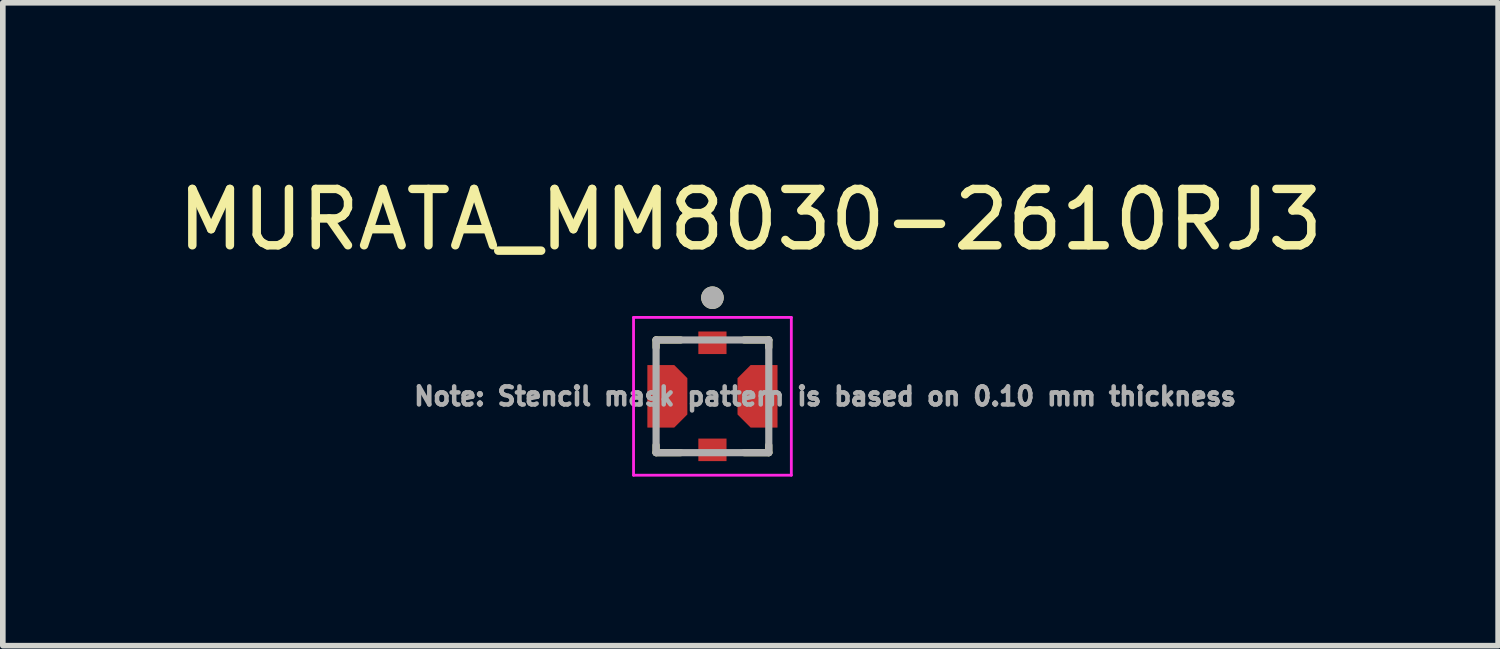
<source format=kicad_pcb>
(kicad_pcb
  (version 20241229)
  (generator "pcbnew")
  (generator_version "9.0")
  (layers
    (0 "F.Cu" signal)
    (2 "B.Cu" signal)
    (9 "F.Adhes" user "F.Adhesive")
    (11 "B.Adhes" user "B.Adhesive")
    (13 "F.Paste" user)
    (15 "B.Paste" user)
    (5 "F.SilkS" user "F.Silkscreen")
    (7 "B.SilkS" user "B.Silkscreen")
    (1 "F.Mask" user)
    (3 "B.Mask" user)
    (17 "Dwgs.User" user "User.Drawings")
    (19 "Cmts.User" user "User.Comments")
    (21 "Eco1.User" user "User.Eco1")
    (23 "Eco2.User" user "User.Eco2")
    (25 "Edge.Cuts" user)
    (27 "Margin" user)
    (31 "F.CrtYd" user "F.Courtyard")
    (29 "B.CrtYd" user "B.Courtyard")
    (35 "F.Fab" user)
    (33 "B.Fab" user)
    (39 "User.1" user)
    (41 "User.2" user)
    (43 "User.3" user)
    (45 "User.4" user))
  (footprint "MURATA_MM8030-2610RJ3"
    (layer "F.Cu")
    (at 9.593 3.983)
    (property "Reference" "MURATA_MM8030-2610RJ3" (at 0.675 -3.135 0) (layer "F.SilkS") (effects (font (size 1 1) (thickness 0.15))))
    (attr smd)
    (fp_poly (pts (xy -0.25 -1.15) (xy 0.25 -1.15) (xy 0.25 -0.75) (xy -0.25 -0.75)) (stroke (width 0.01) (type solid)) (fill yes) (layer "F.Mask"))
    (fp_poly (pts (xy -0.25 0.75) (xy 0.25 0.75) (xy 0.25 1.15) (xy -0.25 1.15)) (stroke (width 0.01) (type solid)) (fill yes) (layer "F.Mask"))
    (fp_poly (pts (xy -1.15 -0.55) (xy -1.15 0.55) (xy -0.68 0.55) (xy -0.45 0.32) (xy -0.45 -0.32) (xy -0.68 -0.55)) (stroke (width 0.01) (type solid)) (fill yes) (layer "F.Mask"))
    (fp_poly (pts (xy 1.15 0.55) (xy 1.15 -0.55) (xy 0.68 -0.55) (xy 0.45 -0.32) (xy 0.45 0.32) (xy 0.68 0.55)) (stroke (width 0.01) (type solid)) (fill yes) (layer "F.Mask"))
    (fp_line (start -1 -1) (end -1 -0.869) (stroke (width 0.127) (type solid)) (layer "F.SilkS"))
    (fp_line (start -1 -1) (end -0.564 -1) (stroke (width 0.127) (type solid)) (layer "F.SilkS"))
    (fp_line (start -1 0.869) (end -1 1) (stroke (width 0.127) (type solid)) (layer "F.SilkS"))
    (fp_line (start -1 1) (end -0.564 1) (stroke (width 0.127) (type solid)) (layer "F.SilkS"))
    (fp_line (start 1 -1) (end 0.564 -1) (stroke (width 0.127) (type solid)) (layer "F.SilkS"))
    (fp_line (start 1 -0.869) (end 1 -1) (stroke (width 0.127) (type solid)) (layer "F.SilkS"))
    (fp_line (start 1 1) (end 0.564 1) (stroke (width 0.127) (type solid)) (layer "F.SilkS"))
    (fp_line (start 1 1) (end 1 0.869) (stroke (width 0.127) (type solid)) (layer "F.SilkS"))
    (fp_circle (center 0 -1.75) (end 0.1 -1.75) (stroke (width 0.2) (type solid)) (fill no) (layer "F.SilkS"))
    (fp_poly (pts (xy -0.165 -1.15) (xy 0.165 -1.15) (xy 0.165 -0.82) (xy -0.165 -0.82)) (stroke (width 0.01) (type solid)) (fill yes) (layer "F.Paste"))
    (fp_poly (pts (xy -0.165 0.82) (xy 0.165 0.82) (xy 0.165 1.15) (xy -0.165 1.15)) (stroke (width 0.01) (type solid)) (fill yes) (layer "F.Paste"))
    (fp_poly (pts (xy -1.1 -0.5) (xy -1.1 0.5) (xy -0.68 0.5) (xy -0.59 0.41) (xy -0.59 -0.41) (xy -0.68 -0.5)) (stroke (width 0.01) (type solid)) (fill yes) (layer "F.Paste"))
    (fp_poly (pts (xy 1.1 0.5) (xy 1.1 -0.5) (xy 0.68 -0.5) (xy 0.59 -0.41) (xy 0.59 0.41) (xy 0.68 0.5)) (stroke (width 0.01) (type solid)) (fill yes) (layer "F.Paste"))
    (fp_line (start -1.4 -1.4) (end 1.4 -1.4) (stroke (width 0.05) (type solid)) (layer "F.CrtYd"))
    (fp_line (start -1.4 1.4) (end -1.4 -1.4) (stroke (width 0.05) (type solid)) (layer "F.CrtYd"))
    (fp_line (start 1.4 -1.4) (end 1.4 1.4) (stroke (width 0.05) (type solid)) (layer "F.CrtYd"))
    (fp_line (start 1.4 1.4) (end -1.4 1.4) (stroke (width 0.05) (type solid)) (layer "F.CrtYd"))
    (fp_line (start -1 -1) (end 1 -1) (stroke (width 0.127) (type solid)) (layer "F.Fab"))
    (fp_line (start -1 1) (end -1 -1) (stroke (width 0.127) (type solid)) (layer "F.Fab"))
    (fp_line (start 1 -1) (end 1 1) (stroke (width 0.127) (type solid)) (layer "F.Fab"))
    (fp_line (start 1 1) (end -1 1) (stroke (width 0.127) (type solid)) (layer "F.Fab"))
    (fp_circle (center 0 -1.75) (end 0.1 -1.75) (stroke (width 0.2) (type solid)) (fill no) (layer "F.Fab"))
    (fp_text user "Note: Stencil mask pattern is based on 0.10 mm thickness" (at 2 0 0) (layer "F.Fab") (effects (font (size 0.32 0.32) (thickness 0.15))))
    (pad "1" smd rect (at 0 -0.95) (size 0.5 0.4) (layers "F.Cu"))
    (pad "2" smd rect (at 0 0.95) (size 0.5 0.4) (layers "F.Cu"))
    (pad "3" smd custom (at -0.85 0) (size 0.5 0.5) (layers "F.Cu") (options (anchor rect)) (primitives (gr_poly (pts (xy -0.3 -0.55) (xy -0.3 0.55) (xy 0.17 0.55) (xy 0.4 0.32) (xy 0.4 -0.32) (xy 0.17 -0.55)) (width 0.01) (fill yes))))
    (pad "4" smd custom (at 0.85 0) (size 0.5 0.5) (layers "F.Cu") (options (anchor rect)) (primitives (gr_poly (pts (xy 0.3 0.55) (xy 0.3 -0.55) (xy -0.17 -0.55) (xy -0.4 -0.32) (xy -0.4 0.32) (xy -0.17 0.55)) (width 0.01) (fill yes)))))
  (gr_rect
    (start -3 -3)
    (end 23.536 8.408)
    (stroke (width 0.1) (type default))
    (fill no)
    (layer "Edge.Cuts")))
</source>
